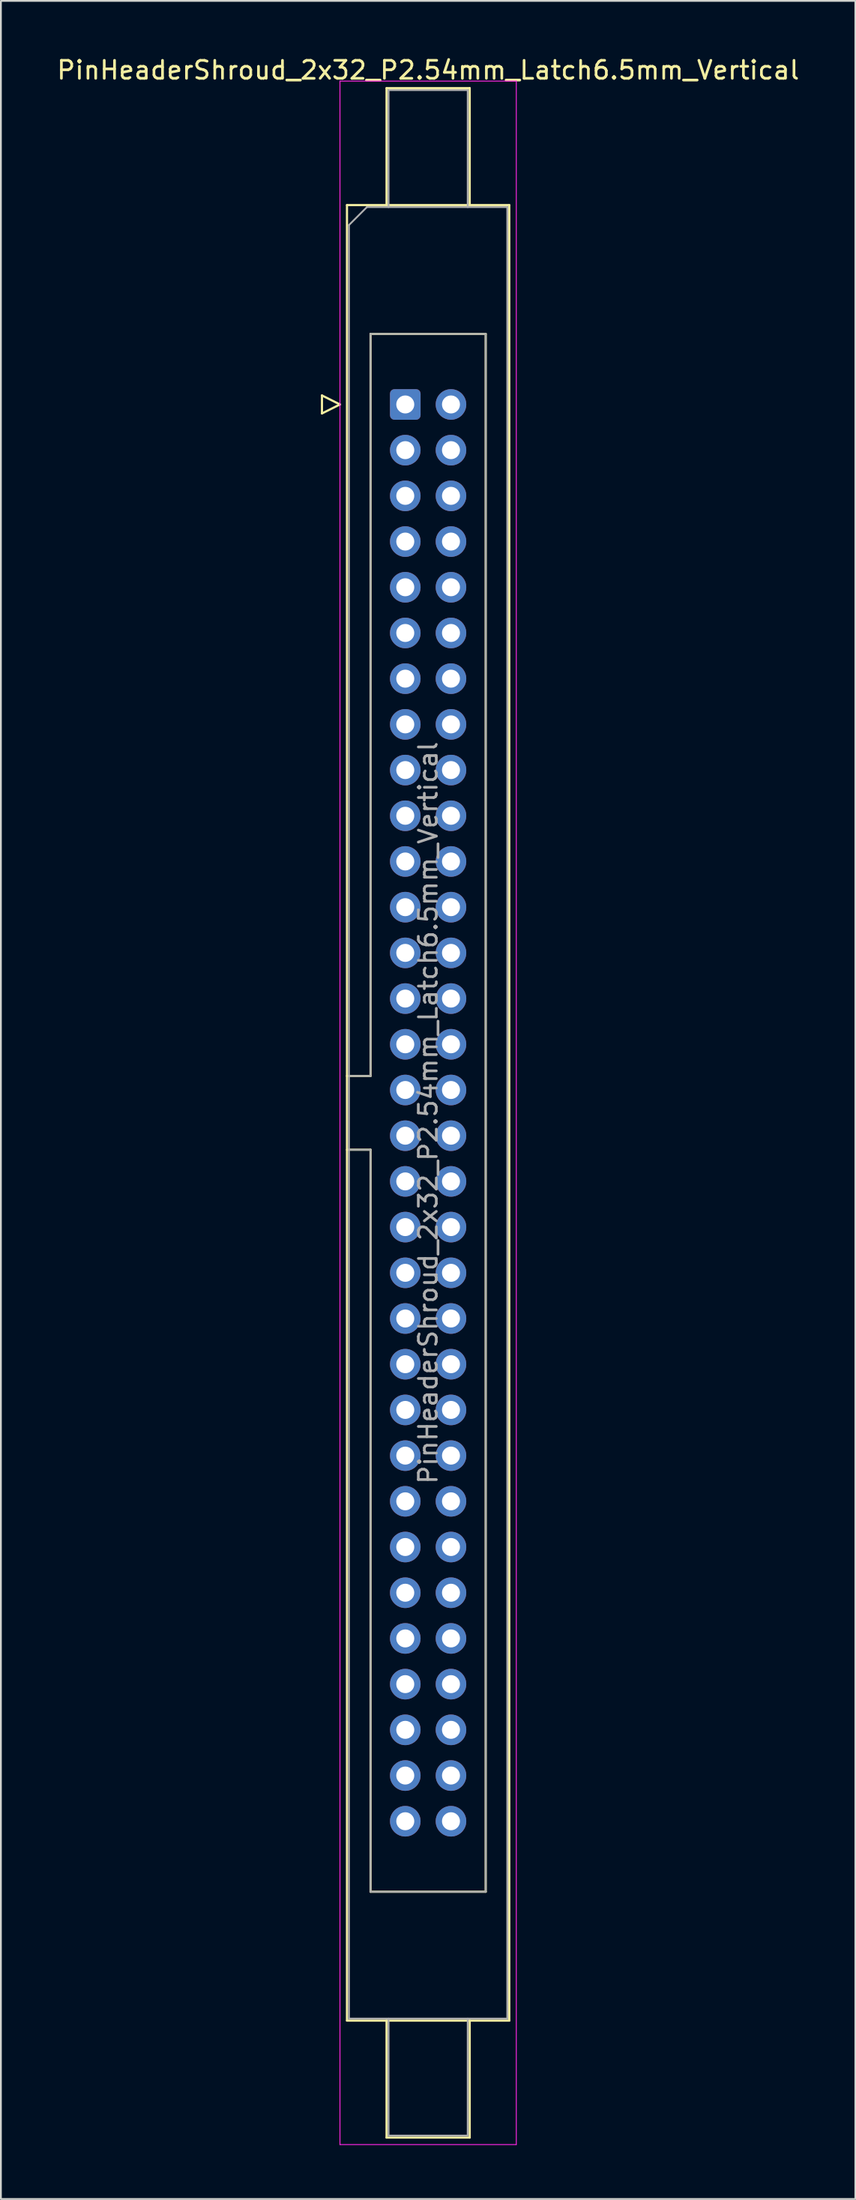
<source format=kicad_pcb>
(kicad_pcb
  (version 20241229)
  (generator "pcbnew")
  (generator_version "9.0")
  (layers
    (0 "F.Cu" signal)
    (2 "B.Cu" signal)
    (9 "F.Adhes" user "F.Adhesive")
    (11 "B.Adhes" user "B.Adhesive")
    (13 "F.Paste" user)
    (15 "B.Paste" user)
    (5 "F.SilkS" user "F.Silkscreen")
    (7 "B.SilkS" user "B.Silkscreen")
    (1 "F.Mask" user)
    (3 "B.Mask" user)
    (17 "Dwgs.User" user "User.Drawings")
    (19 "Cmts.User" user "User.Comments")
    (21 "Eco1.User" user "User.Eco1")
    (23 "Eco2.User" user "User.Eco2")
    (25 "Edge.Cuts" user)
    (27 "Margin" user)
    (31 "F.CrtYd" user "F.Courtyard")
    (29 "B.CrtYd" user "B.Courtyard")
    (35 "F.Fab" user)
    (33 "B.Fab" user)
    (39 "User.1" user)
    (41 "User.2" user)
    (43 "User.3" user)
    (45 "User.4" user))
  (footprint "PinHeaderShroud_2x32_P2.54mm_Latch6.5mm_Vertical"
    (layer "F.Cu")
    (at 19.474 19.428)
    (property "Reference" "PinHeaderShroud_2x32_P2.54mm_Latch6.5mm_Vertical" (at 1.27 -18.58 0) (layer "F.SilkS") (effects (font (size 1 1) (thickness 0.15))))
    (attr through_hole)
    (fp_line (start -4.63 -0.5) (end -4.63 0.5) (stroke (width 0.12) (type solid)) (layer "F.SilkS"))
    (fp_line (start -4.63 0.5) (end -3.63 0) (stroke (width 0.12) (type solid)) (layer "F.SilkS"))
    (fp_line (start -3.63 0) (end -4.63 -0.5) (stroke (width 0.12) (type solid)) (layer "F.SilkS"))
    (fp_line (start -3.24 -11.08) (end 5.78 -11.08) (stroke (width 0.12) (type solid)) (layer "F.SilkS"))
    (fp_line (start -3.24 37.32) (end -1.93 37.32) (stroke (width 0.12) (type solid)) (layer "F.SilkS"))
    (fp_line (start -3.24 41.42) (end -1.93 41.42) (stroke (width 0.12) (type solid)) (layer "F.SilkS"))
    (fp_line (start -3.24 89.82) (end -3.24 -11.08) (stroke (width 0.12) (type solid)) (layer "F.SilkS"))
    (fp_line (start -1.93 -3.92) (end 4.47 -3.92) (stroke (width 0.12) (type solid)) (layer "F.SilkS"))
    (fp_line (start -1.93 37.32) (end -1.93 -3.92) (stroke (width 0.12) (type solid)) (layer "F.SilkS"))
    (fp_line (start -1.93 82.66) (end -1.93 41.42) (stroke (width 0.12) (type solid)) (layer "F.SilkS"))
    (fp_line (start -1.04 -17.58) (end 3.58 -17.58) (stroke (width 0.12) (type solid)) (layer "F.SilkS"))
    (fp_line (start -1.04 -11.08) (end -1.04 -17.58) (stroke (width 0.12) (type solid)) (layer "F.SilkS"))
    (fp_line (start -1.04 89.82) (end -1.04 96.32) (stroke (width 0.12) (type solid)) (layer "F.SilkS"))
    (fp_line (start -1.04 96.32) (end 3.58 96.32) (stroke (width 0.12) (type solid)) (layer "F.SilkS"))
    (fp_line (start 3.58 -17.58) (end 3.58 -11.08) (stroke (width 0.12) (type solid)) (layer "F.SilkS"))
    (fp_line (start 3.58 96.32) (end 3.58 89.82) (stroke (width 0.12) (type solid)) (layer "F.SilkS"))
    (fp_line (start 4.47 -3.92) (end 4.47 82.66) (stroke (width 0.12) (type solid)) (layer "F.SilkS"))
    (fp_line (start 4.47 82.66) (end -1.93 82.66) (stroke (width 0.12) (type solid)) (layer "F.SilkS"))
    (fp_line (start 5.78 -11.08) (end 5.78 89.82) (stroke (width 0.12) (type solid)) (layer "F.SilkS"))
    (fp_line (start 5.78 89.82) (end -3.24 89.82) (stroke (width 0.12) (type solid)) (layer "F.SilkS"))
    (fp_line (start -3.63 -17.97) (end -3.63 96.71) (stroke (width 0.05) (type solid)) (layer "F.CrtYd"))
    (fp_line (start -3.63 96.71) (end 6.17 96.71) (stroke (width 0.05) (type solid)) (layer "F.CrtYd"))
    (fp_line (start 6.17 -17.97) (end -3.63 -17.97) (stroke (width 0.05) (type solid)) (layer "F.CrtYd"))
    (fp_line (start 6.17 96.71) (end 6.17 -17.97) (stroke (width 0.05) (type solid)) (layer "F.CrtYd"))
    (fp_line (start -3.13 -9.97) (end -2.13 -10.97) (stroke (width 0.1) (type solid)) (layer "F.Fab"))
    (fp_line (start -3.13 37.32) (end -1.93 37.32) (stroke (width 0.1) (type solid)) (layer "F.Fab"))
    (fp_line (start -3.13 41.42) (end -1.93 41.42) (stroke (width 0.1) (type solid)) (layer "F.Fab"))
    (fp_line (start -3.13 89.71) (end -3.13 -9.97) (stroke (width 0.1) (type solid)) (layer "F.Fab"))
    (fp_line (start -2.13 -10.97) (end 5.67 -10.97) (stroke (width 0.1) (type solid)) (layer "F.Fab"))
    (fp_line (start -1.93 -3.92) (end 4.47 -3.92) (stroke (width 0.1) (type solid)) (layer "F.Fab"))
    (fp_line (start -1.93 37.32) (end -1.93 -3.92) (stroke (width 0.1) (type solid)) (layer "F.Fab"))
    (fp_line (start -1.93 82.66) (end -1.93 41.42) (stroke (width 0.1) (type solid)) (layer "F.Fab"))
    (fp_line (start -0.93 -17.47) (end 3.47 -17.47) (stroke (width 0.1) (type solid)) (layer "F.Fab"))
    (fp_line (start -0.93 -10.97) (end -0.93 -17.47) (stroke (width 0.1) (type solid)) (layer "F.Fab"))
    (fp_line (start -0.93 89.71) (end -0.93 96.21) (stroke (width 0.1) (type solid)) (layer "F.Fab"))
    (fp_line (start -0.93 96.21) (end 3.47 96.21) (stroke (width 0.1) (type solid)) (layer "F.Fab"))
    (fp_line (start 3.47 -17.47) (end 3.47 -10.97) (stroke (width 0.1) (type solid)) (layer "F.Fab"))
    (fp_line (start 3.47 96.21) (end 3.47 89.71) (stroke (width 0.1) (type solid)) (layer "F.Fab"))
    (fp_line (start 4.47 -3.92) (end 4.47 82.66) (stroke (width 0.1) (type solid)) (layer "F.Fab"))
    (fp_line (start 4.47 82.66) (end -1.93 82.66) (stroke (width 0.1) (type solid)) (layer "F.Fab"))
    (fp_line (start 5.67 -10.97) (end 5.67 89.71) (stroke (width 0.1) (type solid)) (layer "F.Fab"))
    (fp_line (start 5.67 89.71) (end -3.13 89.71) (stroke (width 0.1) (type solid)) (layer "F.Fab"))
    (fp_text user "${REFERENCE}" (at 1.27 39.37 90) (layer "F.Fab") (effects (font (size 1 1) (thickness 0.15))))
    (pad "1" thru_hole roundrect (at 0 0) (size 1.7 1.7) (drill 1) (layers "*.Cu" "*.Mask") (roundrect_rratio 0.147))
    (pad "2" thru_hole circle (at 2.54 0) (size 1.7 1.7) (drill 1) (layers "*.Cu" "*.Mask"))
    (pad "3" thru_hole circle (at 0 2.54) (size 1.7 1.7) (drill 1) (layers "*.Cu" "*.Mask"))
    (pad "4" thru_hole circle (at 2.54 2.54) (size 1.7 1.7) (drill 1) (layers "*.Cu" "*.Mask"))
    (pad "5" thru_hole circle (at 0 5.08) (size 1.7 1.7) (drill 1) (layers "*.Cu" "*.Mask"))
    (pad "6" thru_hole circle (at 2.54 5.08) (size 1.7 1.7) (drill 1) (layers "*.Cu" "*.Mask"))
    (pad "7" thru_hole circle (at 0 7.62) (size 1.7 1.7) (drill 1) (layers "*.Cu" "*.Mask"))
    (pad "8" thru_hole circle (at 2.54 7.62) (size 1.7 1.7) (drill 1) (layers "*.Cu" "*.Mask"))
    (pad "9" thru_hole circle (at 0 10.16) (size 1.7 1.7) (drill 1) (layers "*.Cu" "*.Mask"))
    (pad "10" thru_hole circle (at 2.54 10.16) (size 1.7 1.7) (drill 1) (layers "*.Cu" "*.Mask"))
    (pad "11" thru_hole circle (at 0 12.7) (size 1.7 1.7) (drill 1) (layers "*.Cu" "*.Mask"))
    (pad "12" thru_hole circle (at 2.54 12.7) (size 1.7 1.7) (drill 1) (layers "*.Cu" "*.Mask"))
    (pad "13" thru_hole circle (at 0 15.24) (size 1.7 1.7) (drill 1) (layers "*.Cu" "*.Mask"))
    (pad "14" thru_hole circle (at 2.54 15.24) (size 1.7 1.7) (drill 1) (layers "*.Cu" "*.Mask"))
    (pad "15" thru_hole circle (at 0 17.78) (size 1.7 1.7) (drill 1) (layers "*.Cu" "*.Mask"))
    (pad "16" thru_hole circle (at 2.54 17.78) (size 1.7 1.7) (drill 1) (layers "*.Cu" "*.Mask"))
    (pad "17" thru_hole circle (at 0 20.32) (size 1.7 1.7) (drill 1) (layers "*.Cu" "*.Mask"))
    (pad "18" thru_hole circle (at 2.54 20.32) (size 1.7 1.7) (drill 1) (layers "*.Cu" "*.Mask"))
    (pad "19" thru_hole circle (at 0 22.86) (size 1.7 1.7) (drill 1) (layers "*.Cu" "*.Mask"))
    (pad "20" thru_hole circle (at 2.54 22.86) (size 1.7 1.7) (drill 1) (layers "*.Cu" "*.Mask"))
    (pad "21" thru_hole circle (at 0 25.4) (size 1.7 1.7) (drill 1) (layers "*.Cu" "*.Mask"))
    (pad "22" thru_hole circle (at 2.54 25.4) (size 1.7 1.7) (drill 1) (layers "*.Cu" "*.Mask"))
    (pad "23" thru_hole circle (at 0 27.94) (size 1.7 1.7) (drill 1) (layers "*.Cu" "*.Mask"))
    (pad "24" thru_hole circle (at 2.54 27.94) (size 1.7 1.7) (drill 1) (layers "*.Cu" "*.Mask"))
    (pad "25" thru_hole circle (at 0 30.48) (size 1.7 1.7) (drill 1) (layers "*.Cu" "*.Mask"))
    (pad "26" thru_hole circle (at 2.54 30.48) (size 1.7 1.7) (drill 1) (layers "*.Cu" "*.Mask"))
    (pad "27" thru_hole circle (at 0 33.02) (size 1.7 1.7) (drill 1) (layers "*.Cu" "*.Mask"))
    (pad "28" thru_hole circle (at 2.54 33.02) (size 1.7 1.7) (drill 1) (layers "*.Cu" "*.Mask"))
    (pad "29" thru_hole circle (at 0 35.56) (size 1.7 1.7) (drill 1) (layers "*.Cu" "*.Mask"))
    (pad "30" thru_hole circle (at 2.54 35.56) (size 1.7 1.7) (drill 1) (layers "*.Cu" "*.Mask"))
    (pad "31" thru_hole circle (at 0 38.1) (size 1.7 1.7) (drill 1) (layers "*.Cu" "*.Mask"))
    (pad "32" thru_hole circle (at 2.54 38.1) (size 1.7 1.7) (drill 1) (layers "*.Cu" "*.Mask"))
    (pad "33" thru_hole circle (at 0 40.64) (size 1.7 1.7) (drill 1) (layers "*.Cu" "*.Mask"))
    (pad "34" thru_hole circle (at 2.54 40.64) (size 1.7 1.7) (drill 1) (layers "*.Cu" "*.Mask"))
    (pad "35" thru_hole circle (at 0 43.18) (size 1.7 1.7) (drill 1) (layers "*.Cu" "*.Mask"))
    (pad "36" thru_hole circle (at 2.54 43.18) (size 1.7 1.7) (drill 1) (layers "*.Cu" "*.Mask"))
    (pad "37" thru_hole circle (at 0 45.72) (size 1.7 1.7) (drill 1) (layers "*.Cu" "*.Mask"))
    (pad "38" thru_hole circle (at 2.54 45.72) (size 1.7 1.7) (drill 1) (layers "*.Cu" "*.Mask"))
    (pad "39" thru_hole circle (at 0 48.26) (size 1.7 1.7) (drill 1) (layers "*.Cu" "*.Mask"))
    (pad "40" thru_hole circle (at 2.54 48.26) (size 1.7 1.7) (drill 1) (layers "*.Cu" "*.Mask"))
    (pad "41" thru_hole circle (at 0 50.8) (size 1.7 1.7) (drill 1) (layers "*.Cu" "*.Mask"))
    (pad "42" thru_hole circle (at 2.54 50.8) (size 1.7 1.7) (drill 1) (layers "*.Cu" "*.Mask"))
    (pad "43" thru_hole circle (at 0 53.34) (size 1.7 1.7) (drill 1) (layers "*.Cu" "*.Mask"))
    (pad "44" thru_hole circle (at 2.54 53.34) (size 1.7 1.7) (drill 1) (layers "*.Cu" "*.Mask"))
    (pad "45" thru_hole circle (at 0 55.88) (size 1.7 1.7) (drill 1) (layers "*.Cu" "*.Mask"))
    (pad "46" thru_hole circle (at 2.54 55.88) (size 1.7 1.7) (drill 1) (layers "*.Cu" "*.Mask"))
    (pad "47" thru_hole circle (at 0 58.42) (size 1.7 1.7) (drill 1) (layers "*.Cu" "*.Mask"))
    (pad "48" thru_hole circle (at 2.54 58.42) (size 1.7 1.7) (drill 1) (layers "*.Cu" "*.Mask"))
    (pad "49" thru_hole circle (at 0 60.96) (size 1.7 1.7) (drill 1) (layers "*.Cu" "*.Mask"))
    (pad "50" thru_hole circle (at 2.54 60.96) (size 1.7 1.7) (drill 1) (layers "*.Cu" "*.Mask"))
    (pad "51" thru_hole circle (at 0 63.5) (size 1.7 1.7) (drill 1) (layers "*.Cu" "*.Mask"))
    (pad "52" thru_hole circle (at 2.54 63.5) (size 1.7 1.7) (drill 1) (layers "*.Cu" "*.Mask"))
    (pad "53" thru_hole circle (at 0 66.04) (size 1.7 1.7) (drill 1) (layers "*.Cu" "*.Mask"))
    (pad "54" thru_hole circle (at 2.54 66.04) (size 1.7 1.7) (drill 1) (layers "*.Cu" "*.Mask"))
    (pad "55" thru_hole circle (at 0 68.58) (size 1.7 1.7) (drill 1) (layers "*.Cu" "*.Mask"))
    (pad "56" thru_hole circle (at 2.54 68.58) (size 1.7 1.7) (drill 1) (layers "*.Cu" "*.Mask"))
    (pad "57" thru_hole circle (at 0 71.12) (size 1.7 1.7) (drill 1) (layers "*.Cu" "*.Mask"))
    (pad "58" thru_hole circle (at 2.54 71.12) (size 1.7 1.7) (drill 1) (layers "*.Cu" "*.Mask"))
    (pad "59" thru_hole circle (at 0 73.66) (size 1.7 1.7) (drill 1) (layers "*.Cu" "*.Mask"))
    (pad "60" thru_hole circle (at 2.54 73.66) (size 1.7 1.7) (drill 1) (layers "*.Cu" "*.Mask"))
    (pad "61" thru_hole circle (at 0 76.2) (size 1.7 1.7) (drill 1) (layers "*.Cu" "*.Mask"))
    (pad "62" thru_hole circle (at 2.54 76.2) (size 1.7 1.7) (drill 1) (layers "*.Cu" "*.Mask"))
    (pad "63" thru_hole circle (at 0 78.74) (size 1.7 1.7) (drill 1) (layers "*.Cu" "*.Mask"))
    (pad "64" thru_hole circle (at 2.54 78.74) (size 1.7 1.7) (drill 1) (layers "*.Cu" "*.Mask")))
  (gr_rect
    (start -3 -3)
    (end 44.488 119.163)
    (stroke (width 0.1) (type default))
    (fill no)
    (layer "Edge.Cuts")))
</source>
